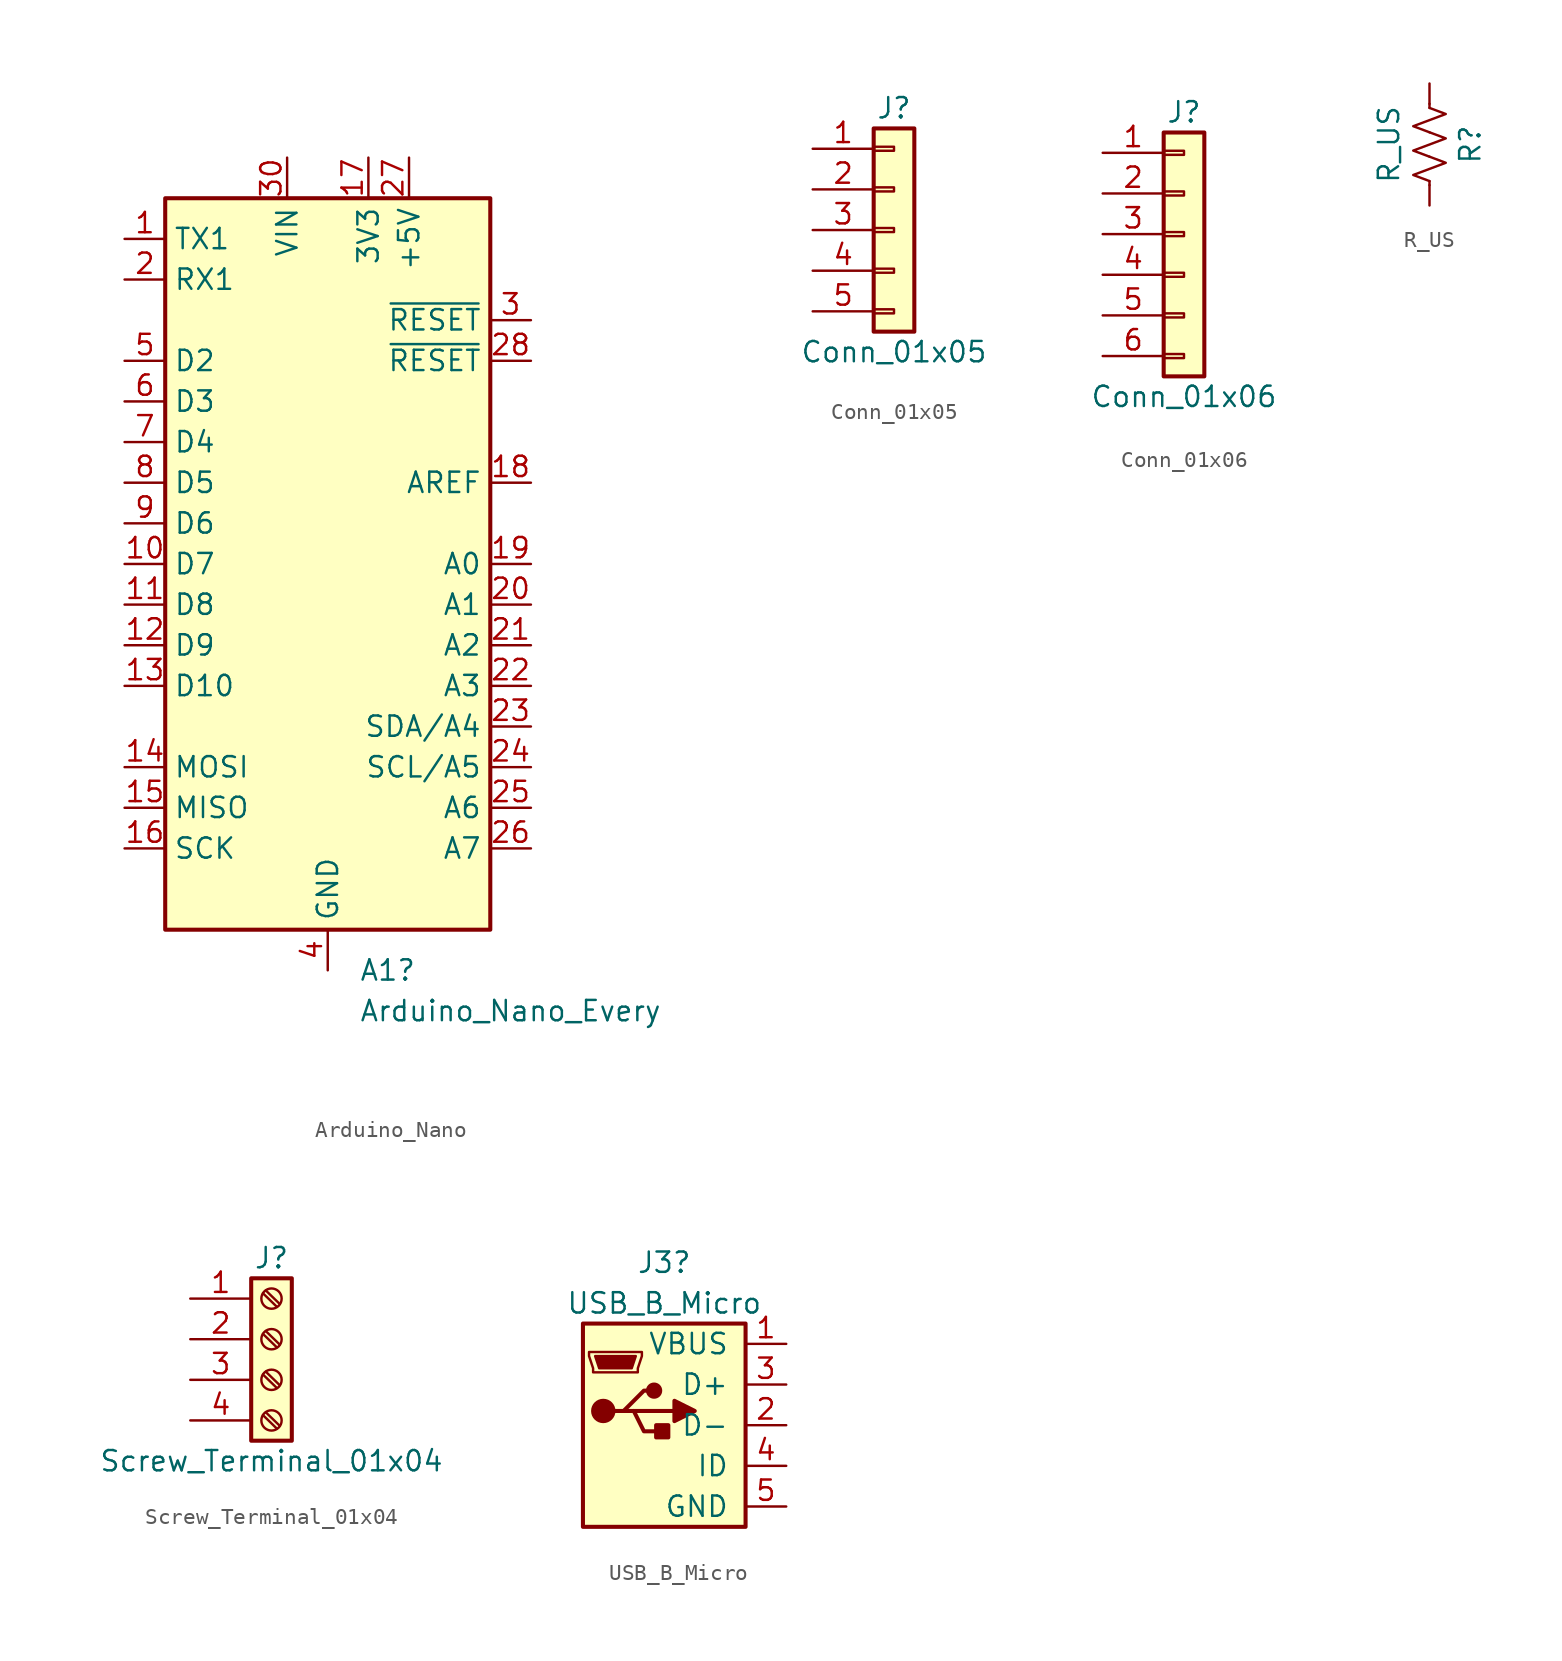
<source format=kicad_sym>
(kicad_symbol_lib
  (version 20220914)
  (generator kicad_symbol_editor)
  (symbol "Arduino_Nano"
    (property "Reference" "A1"
      (at 1.956 -25.4 0)
      (effects (font (size 1.27 1.27)) (justify left)))
    (property "Value" "Arduino_Nano_Every"
      (at 1.956 -27.94 0)
      (effects (font (size 1.27 1.27)) (justify left)))
    (symbol "Arduino_Nano_0_1"
      (rectangle (start -10.16 22.86) (end 10.16 -22.86) (stroke (width 0.254) (type default)) (fill (type background))))
    (symbol "Arduino_Nano_1_1"
      (pin bidirectional line (at -12.7 20.32 0) (length 2.54) (name "TX1" (effects (font (size 1.27 1.27)))) (number "1" (effects (font (size 1.27 1.27)))))
      (pin bidirectional line (at -12.7 0 0) (length 2.54) (name "D7" (effects (font (size 1.27 1.27)))) (number "10" (effects (font (size 1.27 1.27)))))
      (pin bidirectional line (at -12.7 -2.54 0) (length 2.54) (name "D8" (effects (font (size 1.27 1.27)))) (number "11" (effects (font (size 1.27 1.27)))))
      (pin bidirectional line (at -12.7 -5.08 0) (length 2.54) (name "D9" (effects (font (size 1.27 1.27)))) (number "12" (effects (font (size 1.27 1.27)))))
      (pin bidirectional line (at -12.7 -7.62 0) (length 2.54) (name "D10" (effects (font (size 1.27 1.27)))) (number "13" (effects (font (size 1.27 1.27)))))
      (pin bidirectional line (at -12.7 -12.7 0) (length 2.54) (name "MOSI" (effects (font (size 1.27 1.27)))) (number "14" (effects (font (size 1.27 1.27)))))
      (pin bidirectional line (at -12.7 -15.24 0) (length 2.54) (name "MISO" (effects (font (size 1.27 1.27)))) (number "15" (effects (font (size 1.27 1.27)))))
      (pin bidirectional line (at -12.7 -17.78 0) (length 2.54) (name "SCK" (effects (font (size 1.27 1.27)))) (number "16" (effects (font (size 1.27 1.27)))))
      (pin power_out line (at 2.54 25.4 270) (length 2.54) (name "3V3" (effects (font (size 1.27 1.27)))) (number "17" (effects (font (size 1.27 1.27)))))
      (pin input line (at 12.7 5.08 180) (length 2.54) (name "AREF" (effects (font (size 1.27 1.27)))) (number "18" (effects (font (size 1.27 1.27)))))
      (pin bidirectional line (at 12.7 0 180) (length 2.54) (name "A0" (effects (font (size 1.27 1.27)))) (number "19" (effects (font (size 1.27 1.27)))))
      (pin bidirectional line (at -12.7 17.78 0) (length 2.54) (name "RX1" (effects (font (size 1.27 1.27)))) (number "2" (effects (font (size 1.27 1.27)))))
      (pin bidirectional line (at 12.7 -2.54 180) (length 2.54) (name "A1" (effects (font (size 1.27 1.27)))) (number "20" (effects (font (size 1.27 1.27)))))
      (pin bidirectional line (at 12.7 -5.08 180) (length 2.54) (name "A2" (effects (font (size 1.27 1.27)))) (number "21" (effects (font (size 1.27 1.27)))))
      (pin bidirectional line (at 12.7 -7.62 180) (length 2.54) (name "A3" (effects (font (size 1.27 1.27)))) (number "22" (effects (font (size 1.27 1.27)))))
      (pin bidirectional line (at 12.7 -10.16 180) (length 2.54) (name "SDA/A4" (effects (font (size 1.27 1.27)))) (number "23" (effects (font (size 1.27 1.27)))))
      (pin bidirectional line (at 12.7 -12.7 180) (length 2.54) (name "SCL/A5" (effects (font (size 1.27 1.27)))) (number "24" (effects (font (size 1.27 1.27)))))
      (pin bidirectional line (at 12.7 -15.24 180) (length 2.54) (name "A6" (effects (font (size 1.27 1.27)))) (number "25" (effects (font (size 1.27 1.27)))))
      (pin bidirectional line (at 12.7 -17.78 180) (length 2.54) (name "A7" (effects (font (size 1.27 1.27)))) (number "26" (effects (font (size 1.27 1.27)))))
      (pin power_out line (at 5.08 25.4 270) (length 2.54) (name "+5V" (effects (font (size 1.27 1.27)))) (number "27" (effects (font (size 1.27 1.27)))))
      (pin input line (at 12.7 12.7 180) (length 2.54) (name "~{RESET}" (effects (font (size 1.27 1.27)))) (number "28" (effects (font (size 1.27 1.27)))))
      (pin passive line (at 0 -25.4 90) (length 2.54) hide (name "GND" (effects (font (size 1.27 1.27)))) (number "29" (effects (font (size 1.27 1.27)))))
      (pin input line (at 12.7 15.24 180) (length 2.54) (name "~{RESET}" (effects (font (size 1.27 1.27)))) (number "3" (effects (font (size 1.27 1.27)))))
      (pin power_in line (at -2.54 25.4 270) (length 2.54) (name "VIN" (effects (font (size 1.27 1.27)))) (number "30" (effects (font (size 1.27 1.27)))))
      (pin power_in line (at 0 -25.4 90) (length 2.54) (name "GND" (effects (font (size 1.27 1.27)))) (number "4" (effects (font (size 1.27 1.27)))))
      (pin bidirectional line (at -12.7 12.7 0) (length 2.54) (name "D2" (effects (font (size 1.27 1.27)))) (number "5" (effects (font (size 1.27 1.27)))))
      (pin bidirectional line (at -12.7 10.16 0) (length 2.54) (name "D3" (effects (font (size 1.27 1.27)))) (number "6" (effects (font (size 1.27 1.27)))))
      (pin bidirectional line (at -12.7 7.62 0) (length 2.54) (name "D4" (effects (font (size 1.27 1.27)))) (number "7" (effects (font (size 1.27 1.27)))))
      (pin bidirectional line (at -12.7 5.08 0) (length 2.54) (name "D5" (effects (font (size 1.27 1.27)))) (number "8" (effects (font (size 1.27 1.27)))))
      (pin bidirectional line (at -12.7 2.54 0) (length 2.54) (name "D6" (effects (font (size 1.27 1.27)))) (number "9" (effects (font (size 1.27 1.27)))))))
  (symbol "Conn_01x05"
    (pin_names
      (offset 1.016) hide)
    (property "Reference" "J"
      (at 0 7.62 0)
      (effects (font (size 1.27 1.27))))
    (property "Value" "Conn_01x05"
      (at 0 -7.62 0)
      (effects (font (size 1.27 1.27))))
    (symbol "Conn_01x05_1_1"
      (rectangle (start -1.27 -4.953) (end 0 -5.207) (stroke (width 0.152) (type default)) (fill (type none)))
      (rectangle (start -1.27 -2.413) (end 0 -2.667) (stroke (width 0.152) (type default)) (fill (type none)))
      (rectangle (start -1.27 0.127) (end 0 -0.127) (stroke (width 0.152) (type default)) (fill (type none)))
      (rectangle (start -1.27 2.667) (end 0 2.413) (stroke (width 0.152) (type default)) (fill (type none)))
      (rectangle (start -1.27 5.207) (end 0 4.953) (stroke (width 0.152) (type default)) (fill (type none)))
      (rectangle (start -1.27 6.35) (end 1.27 -6.35) (stroke (width 0.254) (type default)) (fill (type background)))
      (pin passive line (at -5.08 5.08 0) (length 3.81) (name "Pin_1" (effects (font (size 1.27 1.27)))) (number "1" (effects (font (size 1.27 1.27)))))
      (pin passive line (at -5.08 2.54 0) (length 3.81) (name "Pin_2" (effects (font (size 1.27 1.27)))) (number "2" (effects (font (size 1.27 1.27)))))
      (pin passive line (at -5.08 0 0) (length 3.81) (name "Pin_3" (effects (font (size 1.27 1.27)))) (number "3" (effects (font (size 1.27 1.27)))))
      (pin passive line (at -5.08 -2.54 0) (length 3.81) (name "Pin_4" (effects (font (size 1.27 1.27)))) (number "4" (effects (font (size 1.27 1.27)))))
      (pin passive line (at -5.08 -5.08 0) (length 3.81) (name "Pin_5" (effects (font (size 1.27 1.27)))) (number "5" (effects (font (size 1.27 1.27)))))))
  (symbol "Conn_01x06"
    (pin_names
      (offset 1.016) hide)
    (property "Reference" "J"
      (at 0 7.62 0)
      (effects (font (size 1.27 1.27))))
    (property "Value" "Conn_01x06"
      (at 0 -10.16 0)
      (effects (font (size 1.27 1.27))))
    (symbol "Conn_01x06_1_1"
      (rectangle (start -1.27 -7.493) (end 0 -7.747) (stroke (width 0.152) (type default)) (fill (type none)))
      (rectangle (start -1.27 -4.953) (end 0 -5.207) (stroke (width 0.152) (type default)) (fill (type none)))
      (rectangle (start -1.27 -2.413) (end 0 -2.667) (stroke (width 0.152) (type default)) (fill (type none)))
      (rectangle (start -1.27 0.127) (end 0 -0.127) (stroke (width 0.152) (type default)) (fill (type none)))
      (rectangle (start -1.27 2.667) (end 0 2.413) (stroke (width 0.152) (type default)) (fill (type none)))
      (rectangle (start -1.27 5.207) (end 0 4.953) (stroke (width 0.152) (type default)) (fill (type none)))
      (rectangle (start -1.27 6.35) (end 1.27 -8.89) (stroke (width 0.254) (type default)) (fill (type background)))
      (pin passive line (at -5.08 5.08 0) (length 3.81) (name "Pin_1" (effects (font (size 1.27 1.27)))) (number "1" (effects (font (size 1.27 1.27)))))
      (pin passive line (at -5.08 2.54 0) (length 3.81) (name "Pin_2" (effects (font (size 1.27 1.27)))) (number "2" (effects (font (size 1.27 1.27)))))
      (pin passive line (at -5.08 0 0) (length 3.81) (name "Pin_3" (effects (font (size 1.27 1.27)))) (number "3" (effects (font (size 1.27 1.27)))))
      (pin passive line (at -5.08 -2.54 0) (length 3.81) (name "Pin_4" (effects (font (size 1.27 1.27)))) (number "4" (effects (font (size 1.27 1.27)))))
      (pin passive line (at -5.08 -5.08 0) (length 3.81) (name "Pin_5" (effects (font (size 1.27 1.27)))) (number "5" (effects (font (size 1.27 1.27)))))
      (pin passive line (at -5.08 -7.62 0) (length 3.81) (name "Pin_6" (effects (font (size 1.27 1.27)))) (number "6" (effects (font (size 1.27 1.27)))))))
  (symbol "R_US"
    (pin_numbers hide)
    (pin_names
      (offset 0))
    (property "Reference" "R"
      (at 2.54 0 90)
      (effects (font (size 1.27 1.27))))
    (property "Value" "R_US"
      (at -2.54 0 90)
      (effects (font (size 1.27 1.27))))
    (symbol "R_US_0_1"
      (polyline (pts (xy 0 -2.286) (xy 0 -2.54)) (stroke (width 0) (type default)) (fill (type none)))
      (polyline (pts (xy 0 2.286) (xy 0 2.54)) (stroke (width 0) (type default)) (fill (type none)))
      (polyline (pts (xy 0 -0.762) (xy 1.016 -1.143) (xy 0 -1.524) (xy -1.016 -1.905) (xy 0 -2.286)) (stroke (width 0) (type default)) (fill (type none)))
      (polyline (pts (xy 0 0.762) (xy 1.016 0.381) (xy 0 0) (xy -1.016 -0.381) (xy 0 -0.762)) (stroke (width 0) (type default)) (fill (type none)))
      (polyline (pts (xy 0 2.286) (xy 1.016 1.905) (xy 0 1.524) (xy -1.016 1.143) (xy 0 0.762)) (stroke (width 0) (type default)) (fill (type none))))
    (symbol "R_US_1_1"
      (pin passive line (at 0 3.81 270) (length 1.27) (name "~" (effects (font (size 1.27 1.27)))) (number "1" (effects (font (size 1.27 1.27)))))
      (pin passive line (at 0 -3.81 90) (length 1.27) (name "~" (effects (font (size 1.27 1.27)))) (number "2" (effects (font (size 1.27 1.27)))))))
  (symbol "Screw_Terminal_01x04"
    (pin_names
      (offset 1.016) hide)
    (property "Reference" "J"
      (at 0 5.08 0)
      (effects (font (size 1.27 1.27))))
    (property "Value" "Screw_Terminal_01x04"
      (at 0 -7.62 0)
      (effects (font (size 1.27 1.27))))
    (symbol "Screw_Terminal_01x04_1_1"
      (rectangle (start -1.27 3.81) (end 1.27 -6.35) (stroke (width 0.254) (type default)) (fill (type background)))
      (circle (center 0 -5.08) (radius 0.635) (stroke (width 0.152) (type default)) (fill (type none)))
      (circle (center 0 -2.54) (radius 0.635) (stroke (width 0.152) (type default)) (fill (type none)))
      (polyline (pts (xy -0.533 -4.75) (xy 0.33 -5.588)) (stroke (width 0.152) (type default)) (fill (type none)))
      (polyline (pts (xy -0.533 -2.21) (xy 0.33 -3.048)) (stroke (width 0.152) (type default)) (fill (type none)))
      (polyline (pts (xy -0.533 0.33) (xy 0.33 -0.508)) (stroke (width 0.152) (type default)) (fill (type none)))
      (polyline (pts (xy -0.533 2.87) (xy 0.33 2.032)) (stroke (width 0.152) (type default)) (fill (type none)))
      (polyline (pts (xy -0.356 -4.572) (xy 0.508 -5.41)) (stroke (width 0.152) (type default)) (fill (type none)))
      (polyline (pts (xy -0.356 -2.032) (xy 0.508 -2.87)) (stroke (width 0.152) (type default)) (fill (type none)))
      (polyline (pts (xy -0.356 0.508) (xy 0.508 -0.33)) (stroke (width 0.152) (type default)) (fill (type none)))
      (polyline (pts (xy -0.356 3.048) (xy 0.508 2.21)) (stroke (width 0.152) (type default)) (fill (type none)))
      (circle (center 0 0) (radius 0.635) (stroke (width 0.152) (type default)) (fill (type none)))
      (circle (center 0 2.54) (radius 0.635) (stroke (width 0.152) (type default)) (fill (type none)))
      (pin passive line (at -5.08 2.54 0) (length 3.81) (name "Pin_1" (effects (font (size 1.27 1.27)))) (number "1" (effects (font (size 1.27 1.27)))))
      (pin passive line (at -5.08 0 0) (length 3.81) (name "Pin_2" (effects (font (size 1.27 1.27)))) (number "2" (effects (font (size 1.27 1.27)))))
      (pin passive line (at -5.08 -2.54 0) (length 3.81) (name "Pin_3" (effects (font (size 1.27 1.27)))) (number "3" (effects (font (size 1.27 1.27)))))
      (pin passive line (at -5.08 -5.08 0) (length 3.81) (name "Pin_4" (effects (font (size 1.27 1.27)))) (number "4" (effects (font (size 1.27 1.27)))))))
  (symbol "USB_B_Micro"
    (pin_names
      (offset 1.016))
    (property "Reference" "J3"
      (at 0 11.43 0)
      (effects (font (size 1.27 1.27))))
    (property "Value" "USB_B_Micro"
      (at 0 8.89 0)
      (effects (font (size 1.27 1.27))))
    (symbol "USB_B_Micro_0_1"
      (rectangle (start -5.08 7.62) (end 5.08 -5.08) (stroke (width 0.254) (type default)) (fill (type background)))
      (circle (center -3.81 2.159) (radius 0.635) (stroke (width 0.254) (type default)) (fill (type outline)))
      (circle (center -0.635 3.429) (radius 0.381) (stroke (width 0.254) (type default)) (fill (type outline)))
      (polyline (pts (xy -1.905 2.159) (xy 0.635 2.159)) (stroke (width 0.254) (type default)) (fill (type none)))
      (polyline (pts (xy -3.175 2.159) (xy -2.54 2.159) (xy -1.27 3.429) (xy -0.635 3.429)) (stroke (width 0.254) (type default)) (fill (type none)))
      (polyline (pts (xy -2.54 2.159) (xy -1.905 2.159) (xy -1.27 0.889) (xy 0 0.889)) (stroke (width 0.254) (type default)) (fill (type none)))
      (polyline (pts (xy 0.635 2.794) (xy 0.635 1.524) (xy 1.905 2.159) (xy 0.635 2.794)) (stroke (width 0.254) (type default)) (fill (type outline)))
      (polyline (pts (xy -4.318 5.588) (xy -1.778 5.588) (xy -2.032 4.826) (xy -4.064 4.826) (xy -4.318 5.588)) (stroke (width 0) (type default)) (fill (type outline)))
      (polyline (pts (xy -4.699 5.842) (xy -4.699 5.588) (xy -4.445 4.826) (xy -4.445 4.572) (xy -1.651 4.572) (xy -1.651 4.826) (xy -1.397 5.588) (xy -1.397 5.842) (xy -4.699 5.842)) (stroke (width 0) (type default)) (fill (type none)))
      (rectangle (start 0.254 1.27) (end -0.508 0.508) (stroke (width 0.254) (type default)) (fill (type outline))))
    (symbol "USB_B_Micro_1_1"
      (pin power_out line (at 7.62 6.35 180) (length 2.54) (name "VBUS" (effects (font (size 1.27 1.27)))) (number "1" (effects (font (size 1.27 1.27)))))
      (pin bidirectional line (at 7.62 1.27 180) (length 2.54) (name "D-" (effects (font (size 1.27 1.27)))) (number "2" (effects (font (size 1.27 1.27)))))
      (pin bidirectional line (at 7.62 3.81 180) (length 2.54) (name "D+" (effects (font (size 1.27 1.27)))) (number "3" (effects (font (size 1.27 1.27)))))
      (pin passive line (at 7.62 -1.27 180) (length 2.54) (name "ID" (effects (font (size 1.27 1.27)))) (number "4" (effects (font (size 1.27 1.27)))))
      (pin power_out line (at 7.62 -3.81 180) (length 2.54) (name "GND" (effects (font (size 1.27 1.27)))) (number "5" (effects (font (size 1.27 1.27))))))))
</source>
